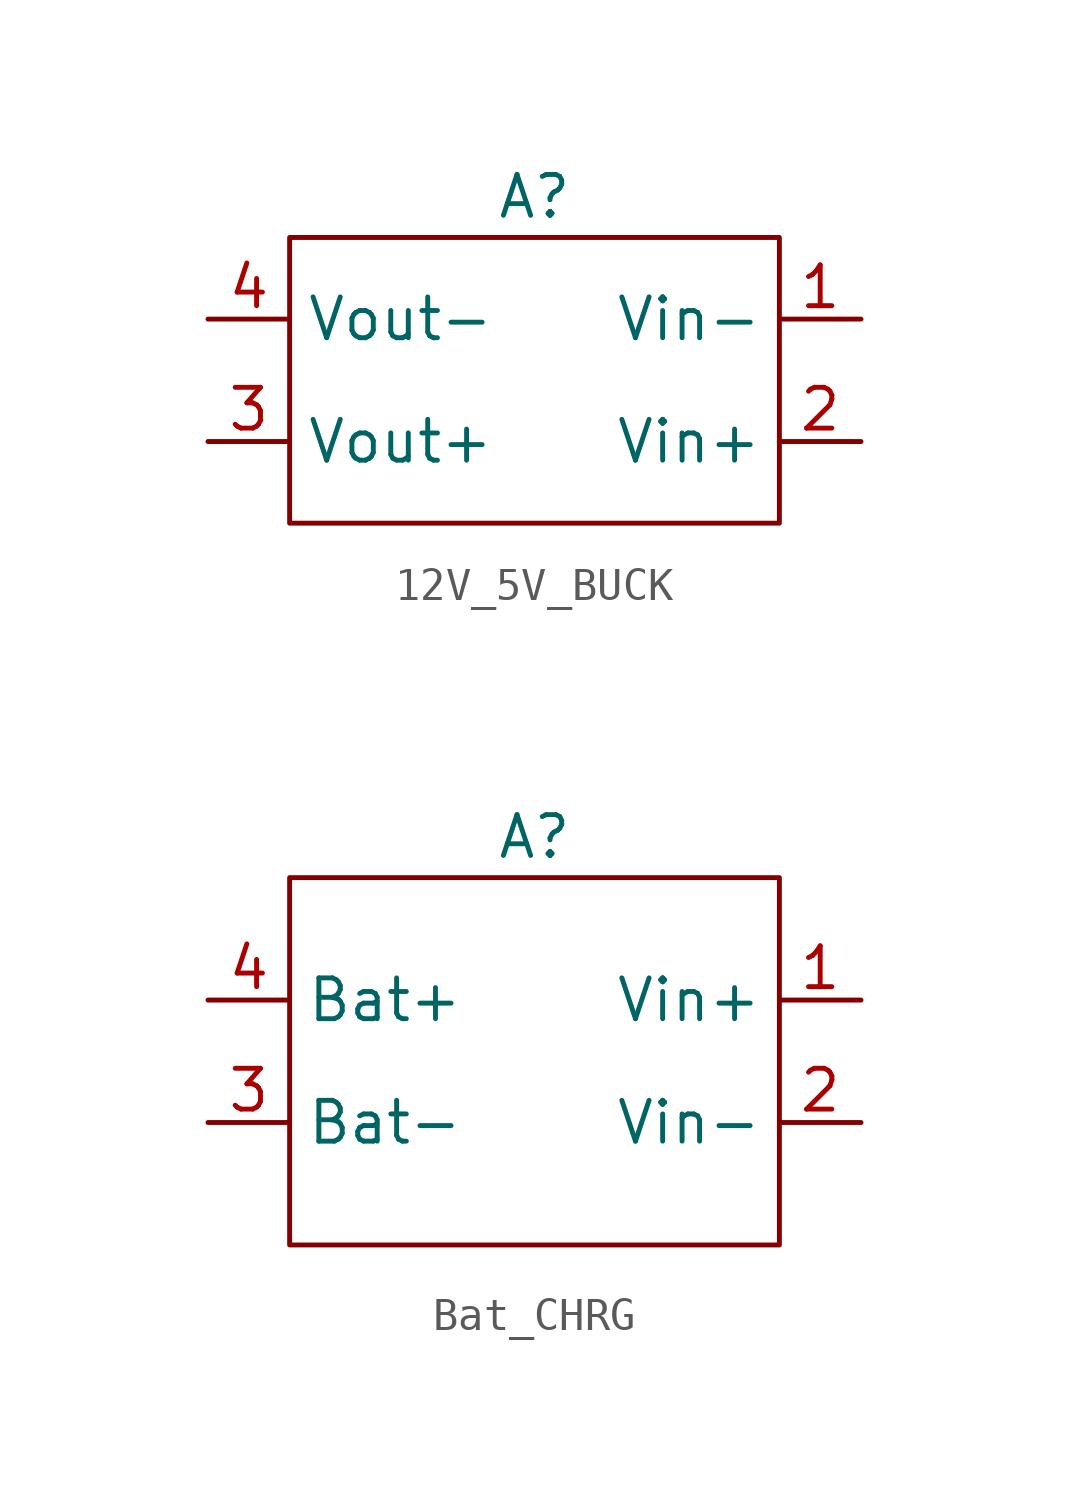
<source format=kicad_sym>
(kicad_symbol_lib
  (version 20241209)
  (generator "kicad_symbol_editor")
  (generator_version "9.0")
  (symbol "12V_5V_BUCK"
    (property "Reference" "A"
      (at 0 0 0)
      (effects (font (size 1.27 1.27))))
    (property "Value" ""
      (at 0 0 0)
      (effects (font (size 1.27 1.27))))
    (symbol "12V_5V_BUCK_0_1"
      (rectangle (start -7.62 -1.27) (end 7.62 -10.16) (stroke (width 0) (type default)) (fill (type none))))
    (symbol "12V_5V_BUCK_1_1"
      (pin input line (at -10.16 -3.81 0) (length 2.54) (name "Vout-" (effects (font (size 1.27 1.27)))) (number "4" (effects (font (size 1.27 1.27)))))
      (pin input line (at -10.16 -7.62 0) (length 2.54) (name "Vout+" (effects (font (size 1.27 1.27)))) (number "3" (effects (font (size 1.27 1.27)))))
      (pin input line (at 10.16 -3.81 180) (length 2.54) (name "Vin-" (effects (font (size 1.27 1.27)))) (number "1" (effects (font (size 1.27 1.27)))))
      (pin input line (at 10.16 -7.62 180) (length 2.54) (name "Vin+" (effects (font (size 1.27 1.27)))) (number "2" (effects (font (size 1.27 1.27)))))))
  (symbol "Bat_CHRG"
    (property "Reference" "A"
      (at 0 0 0)
      (effects (font (size 1.27 1.27))))
    (property "Value" ""
      (at 0 0 0)
      (effects (font (size 1.27 1.27))))
    (symbol "Bat_CHRG_0_1"
      (rectangle (start -7.62 -1.27) (end 7.62 -12.7) (stroke (width 0) (type default)) (fill (type none))))
    (symbol "Bat_CHRG_1_1"
      (pin output line (at -10.16 -5.08 0) (length 2.54) (name "Bat+" (effects (font (size 1.27 1.27)))) (number "4" (effects (font (size 1.27 1.27)))))
      (pin output line (at -10.16 -8.89 0) (length 2.54) (name "Bat-" (effects (font (size 1.27 1.27)))) (number "3" (effects (font (size 1.27 1.27)))))
      (pin input line (at 10.16 -5.08 180) (length 2.54) (name "Vin+" (effects (font (size 1.27 1.27)))) (number "1" (effects (font (size 1.27 1.27)))))
      (pin input line (at 10.16 -8.89 180) (length 2.54) (name "Vin-" (effects (font (size 1.27 1.27)))) (number "2" (effects (font (size 1.27 1.27))))))))
</source>
